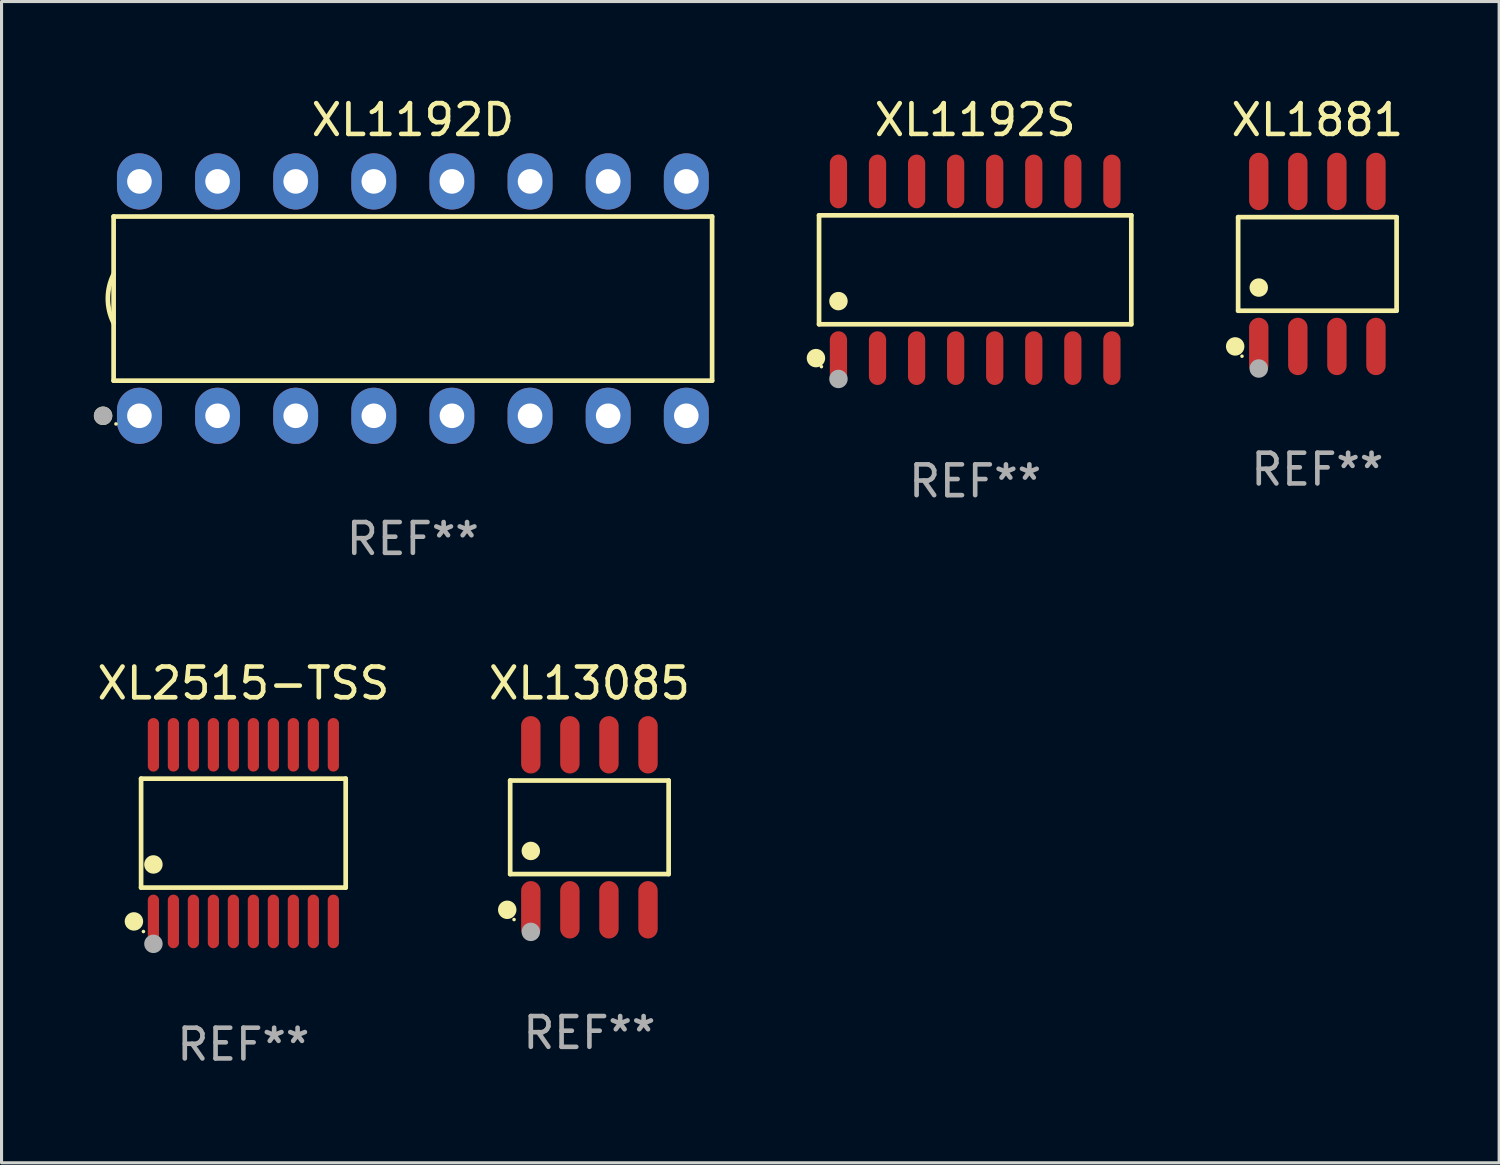
<source format=kicad_pcb>
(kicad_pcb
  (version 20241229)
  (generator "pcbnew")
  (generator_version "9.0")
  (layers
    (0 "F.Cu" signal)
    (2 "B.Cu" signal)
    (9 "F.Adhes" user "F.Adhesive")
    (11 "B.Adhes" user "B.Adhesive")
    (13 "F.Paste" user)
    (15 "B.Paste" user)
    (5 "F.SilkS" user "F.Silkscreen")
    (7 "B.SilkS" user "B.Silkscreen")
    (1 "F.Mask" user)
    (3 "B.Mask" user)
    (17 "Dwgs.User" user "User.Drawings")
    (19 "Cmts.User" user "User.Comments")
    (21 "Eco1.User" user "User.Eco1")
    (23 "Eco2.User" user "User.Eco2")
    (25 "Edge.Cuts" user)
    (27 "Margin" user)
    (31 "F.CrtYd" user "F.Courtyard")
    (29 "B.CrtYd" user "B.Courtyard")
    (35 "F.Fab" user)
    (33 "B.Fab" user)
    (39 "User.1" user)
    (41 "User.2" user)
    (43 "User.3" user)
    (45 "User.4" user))
  (footprint "XL2515-TSS"
    (layer "F.Cu")
    (at 4.863 24.036)
    (property "Reference" "XL2515-TSS" (at 0 -4.871 0) (layer "F.SilkS") (effects (font (size 1 1) (thickness 0.15))))
    (attr through_hole)
    (fp_line (start -3.326 -1.771) (end 3.326 -1.771) (stroke (width 0.152) (type solid)) (layer "F.SilkS"))
    (fp_line (start -3.326 1.771) (end -3.326 -1.771) (stroke (width 0.152) (type solid)) (layer "F.SilkS"))
    (fp_line (start 3.326 -1.771) (end 3.326 1.771) (stroke (width 0.152) (type solid)) (layer "F.SilkS"))
    (fp_line (start 3.326 1.771) (end -3.326 1.771) (stroke (width 0.152) (type solid)) (layer "F.SilkS"))
    (fp_circle (center -3.559 2.871) (end -3.409 2.871) (stroke (width 0.3) (type solid)) (fill no) (layer "F.SilkS"))
    (fp_circle (center -3.25 3.2) (end -3.22 3.2) (stroke (width 0.06) (type solid)) (fill no) (layer "F.SilkS"))
    (fp_circle (center -2.925 1.019) (end -2.775 1.019) (stroke (width 0.3) (type solid)) (fill no) (layer "F.SilkS"))
    (fp_circle (center -2.925 3.6) (end -2.775 3.6) (stroke (width 0.3) (type solid)) (fill no) (layer "F.Fab"))
    (fp_text user "REF**" (at 0 6.871 0) (layer "F.Fab") (effects (font (size 1 1) (thickness 0.15))))
    (pad "1" smd oval (at -2.925 2.871) (size 0.364 1.742) (layers "F.Cu" "F.Mask" "F.Paste"))
    (pad "2" smd oval (at -2.275 2.871) (size 0.364 1.742) (layers "F.Cu" "F.Mask" "F.Paste"))
    (pad "3" smd oval (at -1.625 2.871) (size 0.364 1.742) (layers "F.Cu" "F.Mask" "F.Paste"))
    (pad "4" smd oval (at -0.975 2.871) (size 0.364 1.742) (layers "F.Cu" "F.Mask" "F.Paste"))
    (pad "5" smd oval (at -0.325 2.871) (size 0.364 1.742) (layers "F.Cu" "F.Mask" "F.Paste"))
    (pad "6" smd oval (at 0.325 2.871) (size 0.364 1.742) (layers "F.Cu" "F.Mask" "F.Paste"))
    (pad "7" smd oval (at 0.975 2.871) (size 0.364 1.742) (layers "F.Cu" "F.Mask" "F.Paste"))
    (pad "8" smd oval (at 1.625 2.871) (size 0.364 1.742) (layers "F.Cu" "F.Mask" "F.Paste"))
    (pad "9" smd oval (at 2.275 2.871) (size 0.364 1.742) (layers "F.Cu" "F.Mask" "F.Paste"))
    (pad "10" smd oval (at 2.925 2.871) (size 0.364 1.742) (layers "F.Cu" "F.Mask" "F.Paste"))
    (pad "11" smd oval (at 2.925 -2.871) (size 0.364 1.742) (layers "F.Cu" "F.Mask" "F.Paste"))
    (pad "12" smd oval (at 2.275 -2.871) (size 0.364 1.742) (layers "F.Cu" "F.Mask" "F.Paste"))
    (pad "13" smd oval (at 1.625 -2.871) (size 0.364 1.742) (layers "F.Cu" "F.Mask" "F.Paste"))
    (pad "14" smd oval (at 0.975 -2.871) (size 0.364 1.742) (layers "F.Cu" "F.Mask" "F.Paste"))
    (pad "15" smd oval (at 0.325 -2.871) (size 0.364 1.742) (layers "F.Cu" "F.Mask" "F.Paste"))
    (pad "16" smd oval (at -0.325 -2.871) (size 0.364 1.742) (layers "F.Cu" "F.Mask" "F.Paste"))
    (pad "17" smd oval (at -0.975 -2.871) (size 0.364 1.742) (layers "F.Cu" "F.Mask" "F.Paste"))
    (pad "18" smd oval (at -1.625 -2.871) (size 0.364 1.742) (layers "F.Cu" "F.Mask" "F.Paste"))
    (pad "19" smd oval (at -2.275 -2.871) (size 0.364 1.742) (layers "F.Cu" "F.Mask" "F.Paste"))
    (pad "20" smd oval (at -2.925 -2.871) (size 0.364 1.742) (layers "F.Cu" "F.Mask" "F.Paste")))
  (footprint "XL1881"
    (layer "F.Cu")
    (at 39.78 5.531)
    (property "Reference" "XL1881" (at 0 -4.682 0) (layer "F.SilkS") (effects (font (size 1 1) (thickness 0.15))))
    (attr through_hole)
    (fp_line (start -2.576 -1.521) (end 2.576 -1.521) (stroke (width 0.152) (type solid)) (layer "F.SilkS"))
    (fp_line (start -2.576 1.521) (end -2.576 -1.521) (stroke (width 0.152) (type solid)) (layer "F.SilkS"))
    (fp_line (start 2.576 -1.521) (end 2.576 1.521) (stroke (width 0.152) (type solid)) (layer "F.SilkS"))
    (fp_line (start 2.576 1.521) (end -2.576 1.521) (stroke (width 0.152) (type solid)) (layer "F.SilkS"))
    (fp_circle (center -2.672 2.682) (end -2.522 2.682) (stroke (width 0.3) (type solid)) (fill no) (layer "F.SilkS"))
    (fp_circle (center -2.45 3) (end -2.42 3) (stroke (width 0.06) (type solid)) (fill no) (layer "F.SilkS"))
    (fp_circle (center -1.905 0.769) (end -1.755 0.769) (stroke (width 0.3) (type solid)) (fill no) (layer "F.SilkS"))
    (fp_circle (center -1.905 3.4) (end -1.755 3.4) (stroke (width 0.3) (type solid)) (fill no) (layer "F.Fab"))
    (fp_text user "REF**" (at 0 6.682 0) (layer "F.Fab") (effects (font (size 1 1) (thickness 0.15))))
    (pad "1" smd oval (at -1.905 2.682) (size 0.63 1.865) (layers "F.Cu" "F.Mask" "F.Paste"))
    (pad "2" smd oval (at -0.635 2.682) (size 0.63 1.865) (layers "F.Cu" "F.Mask" "F.Paste"))
    (pad "3" smd oval (at 0.635 2.682) (size 0.63 1.865) (layers "F.Cu" "F.Mask" "F.Paste"))
    (pad "4" smd oval (at 1.905 2.682) (size 0.63 1.865) (layers "F.Cu" "F.Mask" "F.Paste"))
    (pad "5" smd oval (at 1.905 -2.682) (size 0.63 1.865) (layers "F.Cu" "F.Mask" "F.Paste"))
    (pad "6" smd oval (at 0.635 -2.682) (size 0.63 1.865) (layers "F.Cu" "F.Mask" "F.Paste"))
    (pad "7" smd oval (at -0.635 -2.682) (size 0.63 1.865) (layers "F.Cu" "F.Mask" "F.Paste"))
    (pad "8" smd oval (at -1.905 -2.682) (size 0.63 1.865) (layers "F.Cu" "F.Mask" "F.Paste")))
  (footprint "XL1192D"
    (layer "F.Cu")
    (at 10.373 6.658)
    (property "Reference" "XL1192D" (at 0 -5.81 0) (layer "F.SilkS") (effects (font (size 1 1) (thickness 0.15))))
    (attr through_hole)
    (fp_line (start -9.729 -2.669) (end 9.729 -2.669) (stroke (width 0.152) (type solid)) (layer "F.SilkS"))
    (fp_line (start -9.729 2.669) (end -9.729 -2.669) (stroke (width 0.152) (type solid)) (layer "F.SilkS"))
    (fp_line (start 9.729 -2.669) (end 9.729 2.669) (stroke (width 0.152) (type solid)) (layer "F.SilkS"))
    (fp_line (start 9.729 2.669) (end -9.729 2.669) (stroke (width 0.152) (type solid)) (layer "F.SilkS"))
    (fp_arc (start -9.728727 0.793751) (mid -9.916106 0) (end -9.728727 -0.793752) (stroke (width 0.1524) (type solid)) (layer "F.SilkS"))
    (fp_circle (center -10.072 3.81) (end -9.922 3.81) (stroke (width 0.3) (type solid)) (fill no) (layer "F.SilkS"))
    (fp_circle (center -9.653 4.075) (end -9.623 4.075) (stroke (width 0.06) (type solid)) (fill no) (layer "F.SilkS"))
    (fp_circle (center -10.072 3.81) (end -9.922 3.81) (stroke (width 0.3) (type solid)) (fill no) (layer "F.Fab"))
    (fp_text user "REF**" (at 0 7.81 0) (layer "F.Fab") (effects (font (size 1 1) (thickness 0.15))))
    (pad "1" thru_hole oval (at -8.89 3.81) (size 1.46 1.825) (drill 0.8) (layers "*.Cu" "*.Mask"))
    (pad "2" thru_hole oval (at -6.35 3.81) (size 1.46 1.825) (drill 0.8) (layers "*.Cu" "*.Mask"))
    (pad "3" thru_hole oval (at -3.81 3.81) (size 1.46 1.825) (drill 0.8) (layers "*.Cu" "*.Mask"))
    (pad "4" thru_hole oval (at -1.27 3.81) (size 1.46 1.825) (drill 0.8) (layers "*.Cu" "*.Mask"))
    (pad "5" thru_hole oval (at 1.27 3.81) (size 1.46 1.825) (drill 0.8) (layers "*.Cu" "*.Mask"))
    (pad "6" thru_hole oval (at 3.81 3.81) (size 1.46 1.825) (drill 0.8) (layers "*.Cu" "*.Mask"))
    (pad "7" thru_hole oval (at 6.35 3.81) (size 1.46 1.825) (drill 0.8) (layers "*.Cu" "*.Mask"))
    (pad "8" thru_hole oval (at 8.89 3.81) (size 1.46 1.825) (drill 0.8) (layers "*.Cu" "*.Mask"))
    (pad "9" thru_hole oval (at 8.89 -3.81) (size 1.46 1.825) (drill 0.8) (layers "*.Cu" "*.Mask"))
    (pad "10" thru_hole oval (at 6.35 -3.81) (size 1.46 1.825) (drill 0.8) (layers "*.Cu" "*.Mask"))
    (pad "11" thru_hole oval (at 3.81 -3.81) (size 1.46 1.825) (drill 0.8) (layers "*.Cu" "*.Mask"))
    (pad "12" thru_hole oval (at 1.27 -3.81) (size 1.46 1.825) (drill 0.8) (layers "*.Cu" "*.Mask"))
    (pad "13" thru_hole oval (at -1.27 -3.81) (size 1.46 1.825) (drill 0.8) (layers "*.Cu" "*.Mask"))
    (pad "14" thru_hole oval (at -3.81 -3.81) (size 1.46 1.825) (drill 0.8) (layers "*.Cu" "*.Mask"))
    (pad "15" thru_hole oval (at -6.35 -3.81) (size 1.46 1.825) (drill 0.8) (layers "*.Cu" "*.Mask"))
    (pad "16" thru_hole oval (at -8.89 -3.81) (size 1.46 1.825) (drill 0.8) (layers "*.Cu" "*.Mask")))
  (footprint "XL13085"
    (layer "F.Cu")
    (at 16.113 23.847)
    (property "Reference" "XL13085" (at 0 -4.682 0) (layer "F.SilkS") (effects (font (size 1 1) (thickness 0.15))))
    (attr through_hole)
    (fp_line (start -2.576 -1.521) (end 2.576 -1.521) (stroke (width 0.152) (type solid)) (layer "F.SilkS"))
    (fp_line (start -2.576 1.521) (end -2.576 -1.521) (stroke (width 0.152) (type solid)) (layer "F.SilkS"))
    (fp_line (start 2.576 -1.521) (end 2.576 1.521) (stroke (width 0.152) (type solid)) (layer "F.SilkS"))
    (fp_line (start 2.576 1.521) (end -2.576 1.521) (stroke (width 0.152) (type solid)) (layer "F.SilkS"))
    (fp_circle (center -2.672 2.682) (end -2.522 2.682) (stroke (width 0.3) (type solid)) (fill no) (layer "F.SilkS"))
    (fp_circle (center -2.45 3) (end -2.42 3) (stroke (width 0.06) (type solid)) (fill no) (layer "F.SilkS"))
    (fp_circle (center -1.905 0.769) (end -1.755 0.769) (stroke (width 0.3) (type solid)) (fill no) (layer "F.SilkS"))
    (fp_circle (center -1.905 3.4) (end -1.755 3.4) (stroke (width 0.3) (type solid)) (fill no) (layer "F.Fab"))
    (fp_text user "REF**" (at 0 6.682 0) (layer "F.Fab") (effects (font (size 1 1) (thickness 0.15))))
    (pad "1" smd oval (at -1.905 2.682) (size 0.63 1.865) (layers "F.Cu" "F.Mask" "F.Paste"))
    (pad "2" smd oval (at -0.635 2.682) (size 0.63 1.865) (layers "F.Cu" "F.Mask" "F.Paste"))
    (pad "3" smd oval (at 0.635 2.682) (size 0.63 1.865) (layers "F.Cu" "F.Mask" "F.Paste"))
    (pad "4" smd oval (at 1.905 2.682) (size 0.63 1.865) (layers "F.Cu" "F.Mask" "F.Paste"))
    (pad "5" smd oval (at 1.905 -2.682) (size 0.63 1.865) (layers "F.Cu" "F.Mask" "F.Paste"))
    (pad "6" smd oval (at 0.635 -2.682) (size 0.63 1.865) (layers "F.Cu" "F.Mask" "F.Paste"))
    (pad "7" smd oval (at -0.635 -2.682) (size 0.63 1.865) (layers "F.Cu" "F.Mask" "F.Paste"))
    (pad "8" smd oval (at -1.905 -2.682) (size 0.63 1.865) (layers "F.Cu" "F.Mask" "F.Paste")))
  (footprint "XL1192S"
    (layer "F.Cu")
    (at 28.655 5.721)
    (property "Reference" "XL1192S" (at 0 -4.872 0) (layer "F.SilkS") (effects (font (size 1 1) (thickness 0.15))))
    (attr through_hole)
    (fp_line (start -5.076 -1.771) (end 5.076 -1.771) (stroke (width 0.152) (type solid)) (layer "F.SilkS"))
    (fp_line (start -5.076 1.771) (end -5.076 -1.771) (stroke (width 0.152) (type solid)) (layer "F.SilkS"))
    (fp_line (start 5.076 -1.771) (end 5.076 1.771) (stroke (width 0.152) (type solid)) (layer "F.SilkS"))
    (fp_line (start 5.076 1.771) (end -5.076 1.771) (stroke (width 0.152) (type solid)) (layer "F.SilkS"))
    (fp_circle (center -5.177 2.872) (end -5.027 2.872) (stroke (width 0.3) (type solid)) (fill no) (layer "F.SilkS"))
    (fp_circle (center -5 3.15) (end -4.97 3.15) (stroke (width 0.06) (type solid)) (fill no) (layer "F.SilkS"))
    (fp_circle (center -4.445 1.019) (end -4.295 1.019) (stroke (width 0.3) (type solid)) (fill no) (layer "F.SilkS"))
    (fp_circle (center -4.445 3.55) (end -4.295 3.55) (stroke (width 0.3) (type solid)) (fill no) (layer "F.Fab"))
    (fp_text user "REF**" (at 0 6.872 0) (layer "F.Fab") (effects (font (size 1 1) (thickness 0.15))))
    (pad "1" smd oval (at -4.445 2.872) (size 0.56 1.745) (layers "F.Cu" "F.Mask" "F.Paste"))
    (pad "2" smd oval (at -3.175 2.872) (size 0.56 1.745) (layers "F.Cu" "F.Mask" "F.Paste"))
    (pad "3" smd oval (at -1.905 2.872) (size 0.56 1.745) (layers "F.Cu" "F.Mask" "F.Paste"))
    (pad "4" smd oval (at -0.635 2.872) (size 0.56 1.745) (layers "F.Cu" "F.Mask" "F.Paste"))
    (pad "5" smd oval (at 0.635 2.872) (size 0.56 1.745) (layers "F.Cu" "F.Mask" "F.Paste"))
    (pad "6" smd oval (at 1.905 2.872) (size 0.56 1.745) (layers "F.Cu" "F.Mask" "F.Paste"))
    (pad "7" smd oval (at 3.175 2.872) (size 0.56 1.745) (layers "F.Cu" "F.Mask" "F.Paste"))
    (pad "8" smd oval (at 4.445 2.872) (size 0.56 1.745) (layers "F.Cu" "F.Mask" "F.Paste"))
    (pad "9" smd oval (at 4.445 -2.872) (size 0.56 1.745) (layers "F.Cu" "F.Mask" "F.Paste"))
    (pad "10" smd oval (at 3.175 -2.872) (size 0.56 1.745) (layers "F.Cu" "F.Mask" "F.Paste"))
    (pad "11" smd oval (at 1.905 -2.872) (size 0.56 1.745) (layers "F.Cu" "F.Mask" "F.Paste"))
    (pad "12" smd oval (at 0.635 -2.872) (size 0.56 1.745) (layers "F.Cu" "F.Mask" "F.Paste"))
    (pad "13" smd oval (at -0.635 -2.872) (size 0.56 1.745) (layers "F.Cu" "F.Mask" "F.Paste"))
    (pad "14" smd oval (at -1.905 -2.872) (size 0.56 1.745) (layers "F.Cu" "F.Mask" "F.Paste"))
    (pad "15" smd oval (at -3.175 -2.872) (size 0.56 1.745) (layers "F.Cu" "F.Mask" "F.Paste"))
    (pad "16" smd oval (at -4.445 -2.872) (size 0.56 1.745) (layers "F.Cu" "F.Mask" "F.Paste")))
  (gr_rect
    (start -3 -3)
    (end 45.69 34.755)
    (stroke (width 0.1) (type default))
    (fill no)
    (layer "Edge.Cuts")))
</source>
